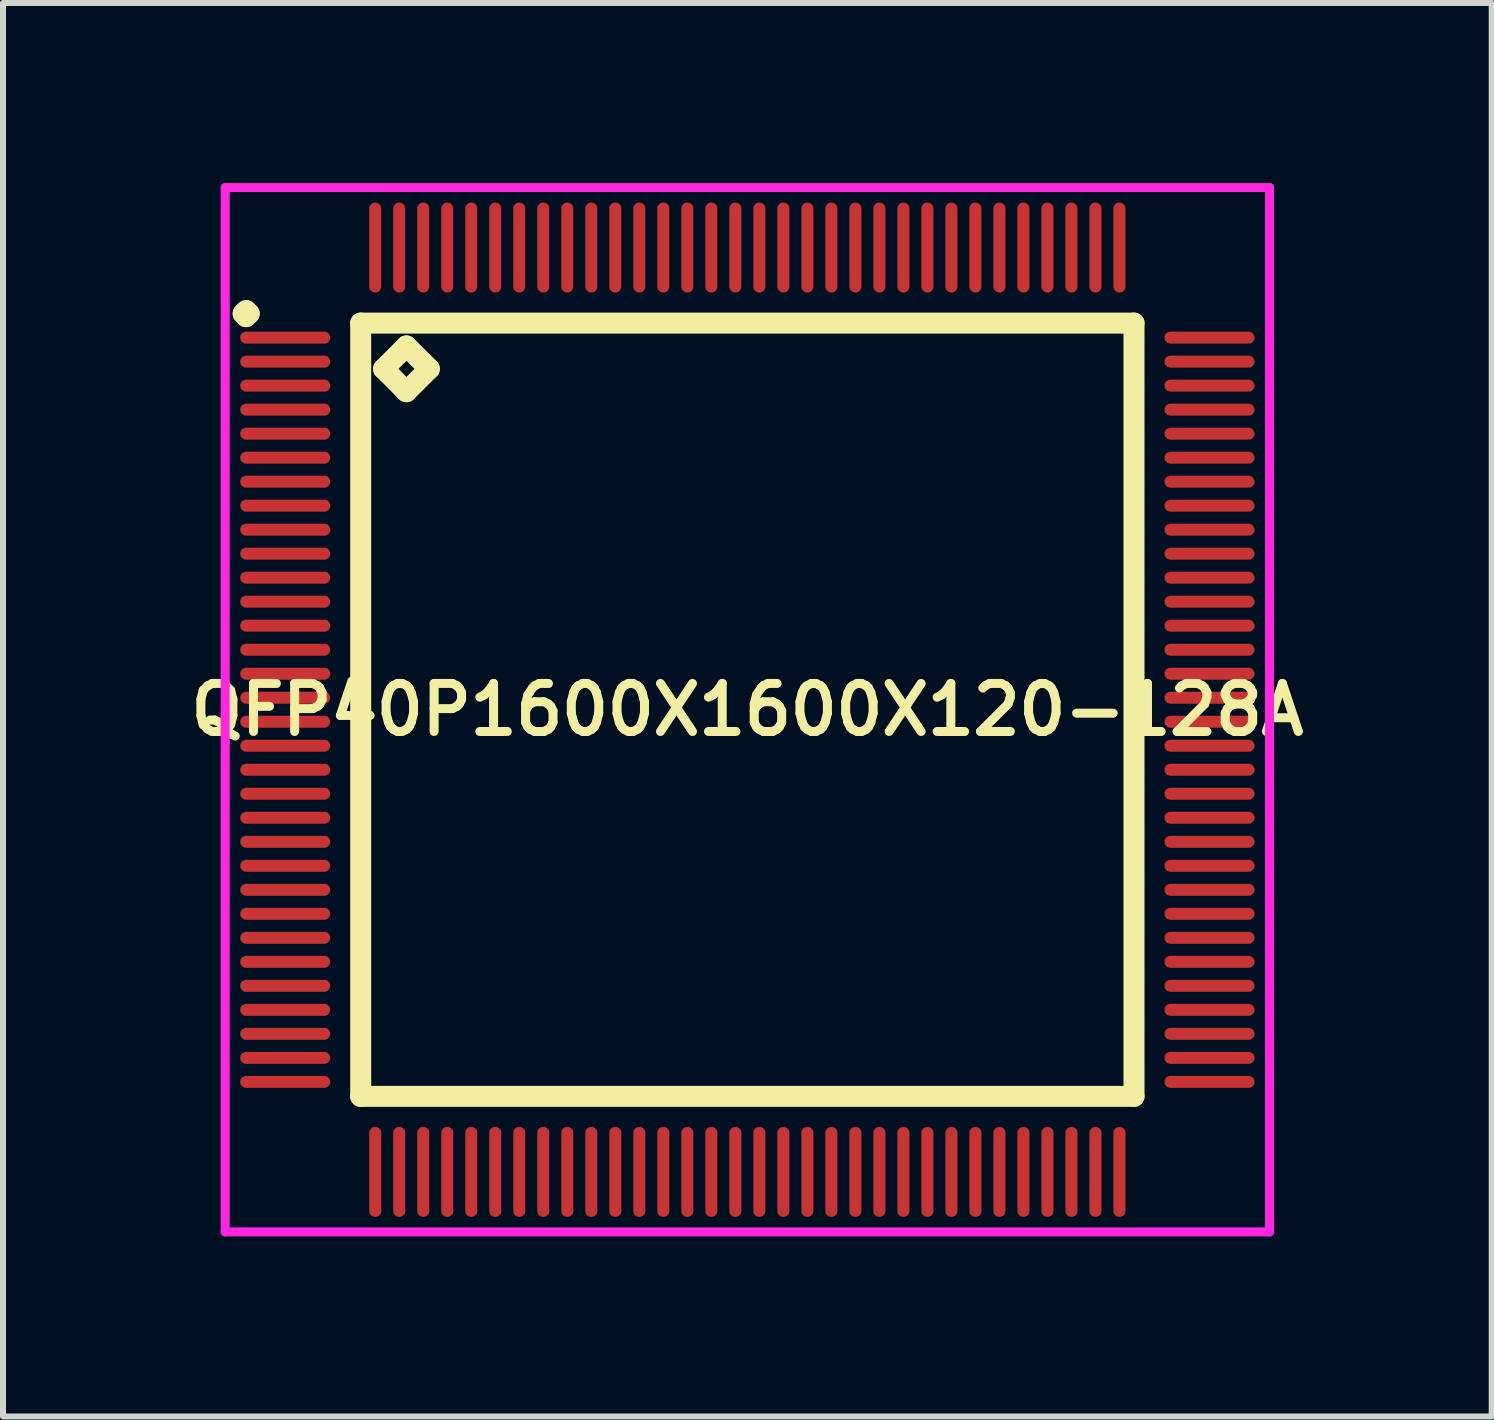
<source format=kicad_pcb>
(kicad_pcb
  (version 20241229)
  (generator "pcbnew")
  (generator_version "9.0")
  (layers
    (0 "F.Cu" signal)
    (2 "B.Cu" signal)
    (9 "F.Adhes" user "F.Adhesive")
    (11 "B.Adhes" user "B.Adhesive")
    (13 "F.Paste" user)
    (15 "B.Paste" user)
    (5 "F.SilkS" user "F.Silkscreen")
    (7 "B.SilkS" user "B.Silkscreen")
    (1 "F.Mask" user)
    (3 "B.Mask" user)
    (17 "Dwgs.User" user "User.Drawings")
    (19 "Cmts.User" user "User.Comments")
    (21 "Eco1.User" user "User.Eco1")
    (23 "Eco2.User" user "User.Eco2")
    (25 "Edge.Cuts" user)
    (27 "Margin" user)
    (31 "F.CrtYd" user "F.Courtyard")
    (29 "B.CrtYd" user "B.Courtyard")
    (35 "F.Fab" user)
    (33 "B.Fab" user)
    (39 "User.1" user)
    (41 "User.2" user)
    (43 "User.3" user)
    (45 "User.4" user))
  (footprint "QFP40P1600X1600X120-128A"
    (layer "F.Cu")
    (at 9.402 8.775)
    (property "Reference" "QFP40P1600X1600X120-128A" (at 0 0 0) (layer "F.SilkS") (effects (font (size 0.8 0.8) (thickness 0.15))))
    (attr smd)
    (fp_line (start -8.4 -6.6) (end -8.35 -6.65) (stroke (width 0.35) (type solid)) (layer "F.SilkS"))
    (fp_line (start -8.35 -6.65) (end -8.3 -6.6) (stroke (width 0.35) (type solid)) (layer "F.SilkS"))
    (fp_line (start -8.35 -6.55) (end -8.4 -6.6) (stroke (width 0.35) (type solid)) (layer "F.SilkS"))
    (fp_line (start -8.3 -6.6) (end -8.35 -6.55) (stroke (width 0.35) (type solid)) (layer "F.SilkS"))
    (fp_line (start -6.442 -6.442) (end -6.442 6.442) (stroke (width 0.35) (type solid)) (layer "F.SilkS"))
    (fp_line (start -6.442 6.442) (end 6.442 6.442) (stroke (width 0.35) (type solid)) (layer "F.SilkS"))
    (fp_line (start -6.061 -5.68) (end -5.68 -6.061) (stroke (width 0.35) (type solid)) (layer "F.SilkS"))
    (fp_line (start -5.68 -6.061) (end -5.299 -5.68) (stroke (width 0.35) (type solid)) (layer "F.SilkS"))
    (fp_line (start -5.68 -5.299) (end -6.061 -5.68) (stroke (width 0.35) (type solid)) (layer "F.SilkS"))
    (fp_line (start -5.299 -5.68) (end -5.68 -5.299) (stroke (width 0.35) (type solid)) (layer "F.SilkS"))
    (fp_line (start 6.442 -6.442) (end -6.442 -6.442) (stroke (width 0.35) (type solid)) (layer "F.SilkS"))
    (fp_line (start 6.442 6.442) (end 6.442 -6.442) (stroke (width 0.35) (type solid)) (layer "F.SilkS"))
    (fp_line (start -8.7 -8.7) (end 8.7 -8.7) (stroke (width 0.15) (type solid)) (layer "F.CrtYd"))
    (fp_line (start -8.7 8.7) (end -8.7 -8.7) (stroke (width 0.15) (type solid)) (layer "F.CrtYd"))
    (fp_line (start 8.7 -8.7) (end 8.7 8.7) (stroke (width 0.15) (type solid)) (layer "F.CrtYd"))
    (fp_line (start 8.7 8.7) (end -8.7 8.7) (stroke (width 0.15) (type solid)) (layer "F.CrtYd"))
    (pad "1" smd oval (at -7.7 -6.2) (size 1.5 0.2) (layers "F.Cu" "F.Mask" "F.Paste"))
    (pad "2" smd oval (at -7.7 -5.8) (size 1.5 0.2) (layers "F.Cu" "F.Mask" "F.Paste"))
    (pad "3" smd oval (at -7.7 -5.4) (size 1.5 0.2) (layers "F.Cu" "F.Mask" "F.Paste"))
    (pad "4" smd oval (at -7.7 -5) (size 1.5 0.2) (layers "F.Cu" "F.Mask" "F.Paste"))
    (pad "5" smd oval (at -7.7 -4.6) (size 1.5 0.2) (layers "F.Cu" "F.Mask" "F.Paste"))
    (pad "6" smd oval (at -7.7 -4.2) (size 1.5 0.2) (layers "F.Cu" "F.Mask" "F.Paste"))
    (pad "7" smd oval (at -7.7 -3.8) (size 1.5 0.2) (layers "F.Cu" "F.Mask" "F.Paste"))
    (pad "8" smd oval (at -7.7 -3.4) (size 1.5 0.2) (layers "F.Cu" "F.Mask" "F.Paste"))
    (pad "9" smd oval (at -7.7 -3) (size 1.5 0.2) (layers "F.Cu" "F.Mask" "F.Paste"))
    (pad "10" smd oval (at -7.7 -2.6) (size 1.5 0.2) (layers "F.Cu" "F.Mask" "F.Paste"))
    (pad "11" smd oval (at -7.7 -2.2) (size 1.5 0.2) (layers "F.Cu" "F.Mask" "F.Paste"))
    (pad "12" smd oval (at -7.7 -1.8) (size 1.5 0.2) (layers "F.Cu" "F.Mask" "F.Paste"))
    (pad "13" smd oval (at -7.7 -1.4) (size 1.5 0.2) (layers "F.Cu" "F.Mask" "F.Paste"))
    (pad "14" smd oval (at -7.7 -1) (size 1.5 0.2) (layers "F.Cu" "F.Mask" "F.Paste"))
    (pad "15" smd oval (at -7.7 -0.6) (size 1.5 0.2) (layers "F.Cu" "F.Mask" "F.Paste"))
    (pad "16" smd oval (at -7.7 -0.2) (size 1.5 0.2) (layers "F.Cu" "F.Mask" "F.Paste"))
    (pad "17" smd oval (at -7.7 0.2) (size 1.5 0.2) (layers "F.Cu" "F.Mask" "F.Paste"))
    (pad "18" smd oval (at -7.7 0.6) (size 1.5 0.2) (layers "F.Cu" "F.Mask" "F.Paste"))
    (pad "19" smd oval (at -7.7 1) (size 1.5 0.2) (layers "F.Cu" "F.Mask" "F.Paste"))
    (pad "20" smd oval (at -7.7 1.4) (size 1.5 0.2) (layers "F.Cu" "F.Mask" "F.Paste"))
    (pad "21" smd oval (at -7.7 1.8) (size 1.5 0.2) (layers "F.Cu" "F.Mask" "F.Paste"))
    (pad "22" smd oval (at -7.7 2.2) (size 1.5 0.2) (layers "F.Cu" "F.Mask" "F.Paste"))
    (pad "23" smd oval (at -7.7 2.6) (size 1.5 0.2) (layers "F.Cu" "F.Mask" "F.Paste"))
    (pad "24" smd oval (at -7.7 3) (size 1.5 0.2) (layers "F.Cu" "F.Mask" "F.Paste"))
    (pad "25" smd oval (at -7.7 3.4) (size 1.5 0.2) (layers "F.Cu" "F.Mask" "F.Paste"))
    (pad "26" smd oval (at -7.7 3.8) (size 1.5 0.2) (layers "F.Cu" "F.Mask" "F.Paste"))
    (pad "27" smd oval (at -7.7 4.2) (size 1.5 0.2) (layers "F.Cu" "F.Mask" "F.Paste"))
    (pad "28" smd oval (at -7.7 4.6) (size 1.5 0.2) (layers "F.Cu" "F.Mask" "F.Paste"))
    (pad "29" smd oval (at -7.7 5) (size 1.5 0.2) (layers "F.Cu" "F.Mask" "F.Paste"))
    (pad "30" smd oval (at -7.7 5.4) (size 1.5 0.2) (layers "F.Cu" "F.Mask" "F.Paste"))
    (pad "31" smd oval (at -7.7 5.8) (size 1.5 0.2) (layers "F.Cu" "F.Mask" "F.Paste"))
    (pad "32" smd oval (at -7.7 6.2) (size 1.5 0.2) (layers "F.Cu" "F.Mask" "F.Paste"))
    (pad "33" smd oval (at -6.2 7.7) (size 0.2 1.5) (layers "F.Cu" "F.Mask" "F.Paste"))
    (pad "34" smd oval (at -5.8 7.7) (size 0.2 1.5) (layers "F.Cu" "F.Mask" "F.Paste"))
    (pad "35" smd oval (at -5.4 7.7) (size 0.2 1.5) (layers "F.Cu" "F.Mask" "F.Paste"))
    (pad "36" smd oval (at -5 7.7) (size 0.2 1.5) (layers "F.Cu" "F.Mask" "F.Paste"))
    (pad "37" smd oval (at -4.6 7.7) (size 0.2 1.5) (layers "F.Cu" "F.Mask" "F.Paste"))
    (pad "38" smd oval (at -4.2 7.7) (size 0.2 1.5) (layers "F.Cu" "F.Mask" "F.Paste"))
    (pad "39" smd oval (at -3.8 7.7) (size 0.2 1.5) (layers "F.Cu" "F.Mask" "F.Paste"))
    (pad "40" smd oval (at -3.4 7.7) (size 0.2 1.5) (layers "F.Cu" "F.Mask" "F.Paste"))
    (pad "41" smd oval (at -3 7.7) (size 0.2 1.5) (layers "F.Cu" "F.Mask" "F.Paste"))
    (pad "42" smd oval (at -2.6 7.7) (size 0.2 1.5) (layers "F.Cu" "F.Mask" "F.Paste"))
    (pad "43" smd oval (at -2.2 7.7) (size 0.2 1.5) (layers "F.Cu" "F.Mask" "F.Paste"))
    (pad "44" smd oval (at -1.8 7.7) (size 0.2 1.5) (layers "F.Cu" "F.Mask" "F.Paste"))
    (pad "45" smd oval (at -1.4 7.7) (size 0.2 1.5) (layers "F.Cu" "F.Mask" "F.Paste"))
    (pad "46" smd oval (at -1 7.7) (size 0.2 1.5) (layers "F.Cu" "F.Mask" "F.Paste"))
    (pad "47" smd oval (at -0.6 7.7) (size 0.2 1.5) (layers "F.Cu" "F.Mask" "F.Paste"))
    (pad "48" smd oval (at -0.2 7.7) (size 0.2 1.5) (layers "F.Cu" "F.Mask" "F.Paste"))
    (pad "49" smd oval (at 0.2 7.7) (size 0.2 1.5) (layers "F.Cu" "F.Mask" "F.Paste"))
    (pad "50" smd oval (at 0.6 7.7) (size 0.2 1.5) (layers "F.Cu" "F.Mask" "F.Paste"))
    (pad "51" smd oval (at 1 7.7) (size 0.2 1.5) (layers "F.Cu" "F.Mask" "F.Paste"))
    (pad "52" smd oval (at 1.4 7.7) (size 0.2 1.5) (layers "F.Cu" "F.Mask" "F.Paste"))
    (pad "53" smd oval (at 1.8 7.7) (size 0.2 1.5) (layers "F.Cu" "F.Mask" "F.Paste"))
    (pad "54" smd oval (at 2.2 7.7) (size 0.2 1.5) (layers "F.Cu" "F.Mask" "F.Paste"))
    (pad "55" smd oval (at 2.6 7.7) (size 0.2 1.5) (layers "F.Cu" "F.Mask" "F.Paste"))
    (pad "56" smd oval (at 3 7.7) (size 0.2 1.5) (layers "F.Cu" "F.Mask" "F.Paste"))
    (pad "57" smd oval (at 3.4 7.7) (size 0.2 1.5) (layers "F.Cu" "F.Mask" "F.Paste"))
    (pad "58" smd oval (at 3.8 7.7) (size 0.2 1.5) (layers "F.Cu" "F.Mask" "F.Paste"))
    (pad "59" smd oval (at 4.2 7.7) (size 0.2 1.5) (layers "F.Cu" "F.Mask" "F.Paste"))
    (pad "60" smd oval (at 4.6 7.7) (size 0.2 1.5) (layers "F.Cu" "F.Mask" "F.Paste"))
    (pad "61" smd oval (at 5 7.7) (size 0.2 1.5) (layers "F.Cu" "F.Mask" "F.Paste"))
    (pad "62" smd oval (at 5.4 7.7) (size 0.2 1.5) (layers "F.Cu" "F.Mask" "F.Paste"))
    (pad "63" smd oval (at 5.8 7.7) (size 0.2 1.5) (layers "F.Cu" "F.Mask" "F.Paste"))
    (pad "64" smd oval (at 6.2 7.7) (size 0.2 1.5) (layers "F.Cu" "F.Mask" "F.Paste"))
    (pad "65" smd oval (at 7.7 6.2) (size 1.5 0.2) (layers "F.Cu" "F.Mask" "F.Paste"))
    (pad "66" smd oval (at 7.7 5.8) (size 1.5 0.2) (layers "F.Cu" "F.Mask" "F.Paste"))
    (pad "67" smd oval (at 7.7 5.4) (size 1.5 0.2) (layers "F.Cu" "F.Mask" "F.Paste"))
    (pad "68" smd oval (at 7.7 5) (size 1.5 0.2) (layers "F.Cu" "F.Mask" "F.Paste"))
    (pad "69" smd oval (at 7.7 4.6) (size 1.5 0.2) (layers "F.Cu" "F.Mask" "F.Paste"))
    (pad "70" smd oval (at 7.7 4.2) (size 1.5 0.2) (layers "F.Cu" "F.Mask" "F.Paste"))
    (pad "71" smd oval (at 7.7 3.8) (size 1.5 0.2) (layers "F.Cu" "F.Mask" "F.Paste"))
    (pad "72" smd oval (at 7.7 3.4) (size 1.5 0.2) (layers "F.Cu" "F.Mask" "F.Paste"))
    (pad "73" smd oval (at 7.7 3) (size 1.5 0.2) (layers "F.Cu" "F.Mask" "F.Paste"))
    (pad "74" smd oval (at 7.7 2.6) (size 1.5 0.2) (layers "F.Cu" "F.Mask" "F.Paste"))
    (pad "75" smd oval (at 7.7 2.2) (size 1.5 0.2) (layers "F.Cu" "F.Mask" "F.Paste"))
    (pad "76" smd oval (at 7.7 1.8) (size 1.5 0.2) (layers "F.Cu" "F.Mask" "F.Paste"))
    (pad "77" smd oval (at 7.7 1.4) (size 1.5 0.2) (layers "F.Cu" "F.Mask" "F.Paste"))
    (pad "78" smd oval (at 7.7 1) (size 1.5 0.2) (layers "F.Cu" "F.Mask" "F.Paste"))
    (pad "79" smd oval (at 7.7 0.6) (size 1.5 0.2) (layers "F.Cu" "F.Mask" "F.Paste"))
    (pad "80" smd oval (at 7.7 0.2) (size 1.5 0.2) (layers "F.Cu" "F.Mask" "F.Paste"))
    (pad "81" smd oval (at 7.7 -0.2) (size 1.5 0.2) (layers "F.Cu" "F.Mask" "F.Paste"))
    (pad "82" smd oval (at 7.7 -0.6) (size 1.5 0.2) (layers "F.Cu" "F.Mask" "F.Paste"))
    (pad "83" smd oval (at 7.7 -1) (size 1.5 0.2) (layers "F.Cu" "F.Mask" "F.Paste"))
    (pad "84" smd oval (at 7.7 -1.4) (size 1.5 0.2) (layers "F.Cu" "F.Mask" "F.Paste"))
    (pad "85" smd oval (at 7.7 -1.8) (size 1.5 0.2) (layers "F.Cu" "F.Mask" "F.Paste"))
    (pad "86" smd oval (at 7.7 -2.2) (size 1.5 0.2) (layers "F.Cu" "F.Mask" "F.Paste"))
    (pad "87" smd oval (at 7.7 -2.6) (size 1.5 0.2) (layers "F.Cu" "F.Mask" "F.Paste"))
    (pad "88" smd oval (at 7.7 -3) (size 1.5 0.2) (layers "F.Cu" "F.Mask" "F.Paste"))
    (pad "89" smd oval (at 7.7 -3.4) (size 1.5 0.2) (layers "F.Cu" "F.Mask" "F.Paste"))
    (pad "90" smd oval (at 7.7 -3.8) (size 1.5 0.2) (layers "F.Cu" "F.Mask" "F.Paste"))
    (pad "91" smd oval (at 7.7 -4.2) (size 1.5 0.2) (layers "F.Cu" "F.Mask" "F.Paste"))
    (pad "92" smd oval (at 7.7 -4.6) (size 1.5 0.2) (layers "F.Cu" "F.Mask" "F.Paste"))
    (pad "93" smd oval (at 7.7 -5) (size 1.5 0.2) (layers "F.Cu" "F.Mask" "F.Paste"))
    (pad "94" smd oval (at 7.7 -5.4) (size 1.5 0.2) (layers "F.Cu" "F.Mask" "F.Paste"))
    (pad "95" smd oval (at 7.7 -5.8) (size 1.5 0.2) (layers "F.Cu" "F.Mask" "F.Paste"))
    (pad "96" smd oval (at 7.7 -6.2) (size 1.5 0.2) (layers "F.Cu" "F.Mask" "F.Paste"))
    (pad "97" smd oval (at 6.2 -7.7) (size 0.2 1.5) (layers "F.Cu" "F.Mask" "F.Paste"))
    (pad "98" smd oval (at 5.8 -7.7) (size 0.2 1.5) (layers "F.Cu" "F.Mask" "F.Paste"))
    (pad "99" smd oval (at 5.4 -7.7) (size 0.2 1.5) (layers "F.Cu" "F.Mask" "F.Paste"))
    (pad "100" smd oval (at 5 -7.7) (size 0.2 1.5) (layers "F.Cu" "F.Mask" "F.Paste"))
    (pad "101" smd oval (at 4.6 -7.7) (size 0.2 1.5) (layers "F.Cu" "F.Mask" "F.Paste"))
    (pad "102" smd oval (at 4.2 -7.7) (size 0.2 1.5) (layers "F.Cu" "F.Mask" "F.Paste"))
    (pad "103" smd oval (at 3.8 -7.7) (size 0.2 1.5) (layers "F.Cu" "F.Mask" "F.Paste"))
    (pad "104" smd oval (at 3.4 -7.7) (size 0.2 1.5) (layers "F.Cu" "F.Mask" "F.Paste"))
    (pad "105" smd oval (at 3 -7.7) (size 0.2 1.5) (layers "F.Cu" "F.Mask" "F.Paste"))
    (pad "106" smd oval (at 2.6 -7.7) (size 0.2 1.5) (layers "F.Cu" "F.Mask" "F.Paste"))
    (pad "107" smd oval (at 2.2 -7.7) (size 0.2 1.5) (layers "F.Cu" "F.Mask" "F.Paste"))
    (pad "108" smd oval (at 1.8 -7.7) (size 0.2 1.5) (layers "F.Cu" "F.Mask" "F.Paste"))
    (pad "109" smd oval (at 1.4 -7.7) (size 0.2 1.5) (layers "F.Cu" "F.Mask" "F.Paste"))
    (pad "110" smd oval (at 1 -7.7) (size 0.2 1.5) (layers "F.Cu" "F.Mask" "F.Paste"))
    (pad "111" smd oval (at 0.6 -7.7) (size 0.2 1.5) (layers "F.Cu" "F.Mask" "F.Paste"))
    (pad "112" smd oval (at 0.2 -7.7) (size 0.2 1.5) (layers "F.Cu" "F.Mask" "F.Paste"))
    (pad "113" smd oval (at -0.2 -7.7) (size 0.2 1.5) (layers "F.Cu" "F.Mask" "F.Paste"))
    (pad "114" smd oval (at -0.6 -7.7) (size 0.2 1.5) (layers "F.Cu" "F.Mask" "F.Paste"))
    (pad "115" smd oval (at -1 -7.7) (size 0.2 1.5) (layers "F.Cu" "F.Mask" "F.Paste"))
    (pad "116" smd oval (at -1.4 -7.7) (size 0.2 1.5) (layers "F.Cu" "F.Mask" "F.Paste"))
    (pad "117" smd oval (at -1.8 -7.7) (size 0.2 1.5) (layers "F.Cu" "F.Mask" "F.Paste"))
    (pad "118" smd oval (at -2.2 -7.7) (size 0.2 1.5) (layers "F.Cu" "F.Mask" "F.Paste"))
    (pad "119" smd oval (at -2.6 -7.7) (size 0.2 1.5) (layers "F.Cu" "F.Mask" "F.Paste"))
    (pad "120" smd oval (at -3 -7.7) (size 0.2 1.5) (layers "F.Cu" "F.Mask" "F.Paste"))
    (pad "121" smd oval (at -3.4 -7.7) (size 0.2 1.5) (layers "F.Cu" "F.Mask" "F.Paste"))
    (pad "122" smd oval (at -3.8 -7.7) (size 0.2 1.5) (layers "F.Cu" "F.Mask" "F.Paste"))
    (pad "123" smd oval (at -4.2 -7.7) (size 0.2 1.5) (layers "F.Cu" "F.Mask" "F.Paste"))
    (pad "124" smd oval (at -4.6 -7.7) (size 0.2 1.5) (layers "F.Cu" "F.Mask" "F.Paste"))
    (pad "125" smd oval (at -5 -7.7) (size 0.2 1.5) (layers "F.Cu" "F.Mask" "F.Paste"))
    (pad "126" smd oval (at -5.4 -7.7) (size 0.2 1.5) (layers "F.Cu" "F.Mask" "F.Paste"))
    (pad "127" smd oval (at -5.8 -7.7) (size 0.2 1.5) (layers "F.Cu" "F.Mask" "F.Paste"))
    (pad "128" smd oval (at -6.2 -7.7) (size 0.2 1.5) (layers "F.Cu" "F.Mask" "F.Paste")))
  (gr_rect
    (start -3 -3)
    (end 21.804 20.55)
    (stroke (width 0.1) (type default))
    (fill no)
    (layer "Edge.Cuts")))
</source>
